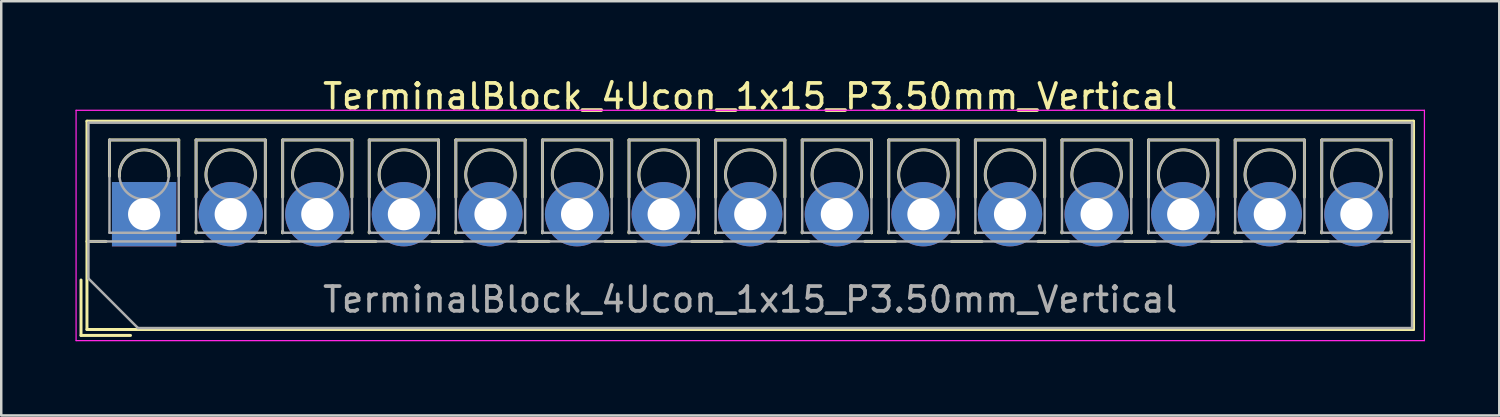
<source format=kicad_pcb>
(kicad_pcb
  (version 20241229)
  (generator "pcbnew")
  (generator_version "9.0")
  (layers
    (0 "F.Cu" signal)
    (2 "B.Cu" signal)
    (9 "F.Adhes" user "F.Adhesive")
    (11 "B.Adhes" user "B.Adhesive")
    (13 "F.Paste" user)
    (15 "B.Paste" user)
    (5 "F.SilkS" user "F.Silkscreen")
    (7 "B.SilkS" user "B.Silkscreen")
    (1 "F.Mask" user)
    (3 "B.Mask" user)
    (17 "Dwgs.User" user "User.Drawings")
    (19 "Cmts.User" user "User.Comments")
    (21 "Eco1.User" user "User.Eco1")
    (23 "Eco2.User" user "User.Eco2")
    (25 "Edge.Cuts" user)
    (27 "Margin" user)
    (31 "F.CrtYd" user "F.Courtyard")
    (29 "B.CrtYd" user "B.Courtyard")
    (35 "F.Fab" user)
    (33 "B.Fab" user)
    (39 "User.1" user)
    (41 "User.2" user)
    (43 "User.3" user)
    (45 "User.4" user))
  (footprint "TerminalBlock_4Ucon_1x15_P3.50mm_Vertical"
    (layer "F.Cu")
    (at 2.775 5.608)
    (property "Reference" "TerminalBlock_4Ucon_1x15_P3.50mm_Vertical" (at 24.5 -4.76 0) (layer "F.SilkS") (effects (font (size 1 1) (thickness 0.15))))
    (attr through_hole)
    (fp_line (start -2.55 2.66) (end -2.55 4.9) (stroke (width 0.12) (type solid)) (layer "F.SilkS"))
    (fp_line (start -2.55 4.9) (end -0.55 4.9) (stroke (width 0.12) (type solid)) (layer "F.SilkS"))
    (fp_line (start -2.31 -3.76) (end -2.31 4.66) (stroke (width 0.12) (type solid)) (layer "F.SilkS"))
    (fp_line (start -2.31 -3.76) (end 51.31 -3.76) (stroke (width 0.12) (type solid)) (layer "F.SilkS"))
    (fp_line (start -2.31 1.101) (end -1.54 1.101) (stroke (width 0.12) (type solid)) (layer "F.SilkS"))
    (fp_line (start -2.31 4.66) (end 51.31 4.66) (stroke (width 0.12) (type solid)) (layer "F.SilkS"))
    (fp_line (start -1.4 -3) (end -1.4 -1.54) (stroke (width 0.12) (type solid)) (layer "F.SilkS"))
    (fp_line (start -1.4 -3) (end 1.4 -3) (stroke (width 0.12) (type solid)) (layer "F.SilkS"))
    (fp_line (start 1.4 -3) (end 1.4 -1.54) (stroke (width 0.12) (type solid)) (layer "F.SilkS"))
    (fp_line (start 1.54 1.101) (end 2.367 1.101) (stroke (width 0.12) (type solid)) (layer "F.SilkS"))
    (fp_line (start 2.1 -3) (end 2.1 -0.689) (stroke (width 0.12) (type solid)) (layer "F.SilkS"))
    (fp_line (start 2.1 -3) (end 4.9 -3) (stroke (width 0.12) (type solid)) (layer "F.SilkS"))
    (fp_line (start 2.1 0.689) (end 2.1 0.75) (stroke (width 0.12) (type solid)) (layer "F.SilkS"))
    (fp_line (start 2.1 0.75) (end 2.101 0.75) (stroke (width 0.12) (type solid)) (layer "F.SilkS"))
    (fp_line (start 4.634 1.101) (end 5.867 1.101) (stroke (width 0.12) (type solid)) (layer "F.SilkS"))
    (fp_line (start 4.9 -3) (end 4.9 -0.689) (stroke (width 0.12) (type solid)) (layer "F.SilkS"))
    (fp_line (start 4.9 0.689) (end 4.9 0.75) (stroke (width 0.12) (type solid)) (layer "F.SilkS"))
    (fp_line (start 4.9 0.75) (end 4.9 0.75) (stroke (width 0.12) (type solid)) (layer "F.SilkS"))
    (fp_line (start 5.6 -3) (end 5.6 -0.689) (stroke (width 0.12) (type solid)) (layer "F.SilkS"))
    (fp_line (start 5.6 -3) (end 8.4 -3) (stroke (width 0.12) (type solid)) (layer "F.SilkS"))
    (fp_line (start 5.6 0.689) (end 5.6 0.75) (stroke (width 0.12) (type solid)) (layer "F.SilkS"))
    (fp_line (start 5.6 0.75) (end 5.601 0.75) (stroke (width 0.12) (type solid)) (layer "F.SilkS"))
    (fp_line (start 8.134 1.101) (end 9.367 1.101) (stroke (width 0.12) (type solid)) (layer "F.SilkS"))
    (fp_line (start 8.4 -3) (end 8.4 -0.689) (stroke (width 0.12) (type solid)) (layer "F.SilkS"))
    (fp_line (start 8.4 0.689) (end 8.4 0.75) (stroke (width 0.12) (type solid)) (layer "F.SilkS"))
    (fp_line (start 8.4 0.75) (end 8.4 0.75) (stroke (width 0.12) (type solid)) (layer "F.SilkS"))
    (fp_line (start 9.1 -3) (end 9.1 -0.689) (stroke (width 0.12) (type solid)) (layer "F.SilkS"))
    (fp_line (start 9.1 -3) (end 11.9 -3) (stroke (width 0.12) (type solid)) (layer "F.SilkS"))
    (fp_line (start 9.1 0.689) (end 9.1 0.75) (stroke (width 0.12) (type solid)) (layer "F.SilkS"))
    (fp_line (start 9.1 0.75) (end 9.101 0.75) (stroke (width 0.12) (type solid)) (layer "F.SilkS"))
    (fp_line (start 11.634 1.101) (end 12.867 1.101) (stroke (width 0.12) (type solid)) (layer "F.SilkS"))
    (fp_line (start 11.9 -3) (end 11.9 -0.689) (stroke (width 0.12) (type solid)) (layer "F.SilkS"))
    (fp_line (start 11.9 0.689) (end 11.9 0.75) (stroke (width 0.12) (type solid)) (layer "F.SilkS"))
    (fp_line (start 11.9 0.75) (end 11.9 0.75) (stroke (width 0.12) (type solid)) (layer "F.SilkS"))
    (fp_line (start 12.6 -3) (end 12.6 -0.689) (stroke (width 0.12) (type solid)) (layer "F.SilkS"))
    (fp_line (start 12.6 -3) (end 15.4 -3) (stroke (width 0.12) (type solid)) (layer "F.SilkS"))
    (fp_line (start 12.6 0.689) (end 12.6 0.75) (stroke (width 0.12) (type solid)) (layer "F.SilkS"))
    (fp_line (start 12.6 0.75) (end 12.601 0.75) (stroke (width 0.12) (type solid)) (layer "F.SilkS"))
    (fp_line (start 15.134 1.101) (end 16.367 1.101) (stroke (width 0.12) (type solid)) (layer "F.SilkS"))
    (fp_line (start 15.4 -3) (end 15.4 -0.689) (stroke (width 0.12) (type solid)) (layer "F.SilkS"))
    (fp_line (start 15.4 0.689) (end 15.4 0.75) (stroke (width 0.12) (type solid)) (layer "F.SilkS"))
    (fp_line (start 15.4 0.75) (end 15.4 0.75) (stroke (width 0.12) (type solid)) (layer "F.SilkS"))
    (fp_line (start 16.101 -3) (end 16.101 -0.689) (stroke (width 0.12) (type solid)) (layer "F.SilkS"))
    (fp_line (start 16.101 -3) (end 18.9 -3) (stroke (width 0.12) (type solid)) (layer "F.SilkS"))
    (fp_line (start 16.101 0.689) (end 16.101 0.75) (stroke (width 0.12) (type solid)) (layer "F.SilkS"))
    (fp_line (start 16.101 0.75) (end 16.101 0.75) (stroke (width 0.12) (type solid)) (layer "F.SilkS"))
    (fp_line (start 18.634 1.101) (end 19.867 1.101) (stroke (width 0.12) (type solid)) (layer "F.SilkS"))
    (fp_line (start 18.9 -3) (end 18.9 -0.689) (stroke (width 0.12) (type solid)) (layer "F.SilkS"))
    (fp_line (start 18.9 0.689) (end 18.9 0.75) (stroke (width 0.12) (type solid)) (layer "F.SilkS"))
    (fp_line (start 18.9 0.75) (end 18.9 0.75) (stroke (width 0.12) (type solid)) (layer "F.SilkS"))
    (fp_line (start 19.6 -3) (end 19.6 -0.689) (stroke (width 0.12) (type solid)) (layer "F.SilkS"))
    (fp_line (start 19.6 -3) (end 22.4 -3) (stroke (width 0.12) (type solid)) (layer "F.SilkS"))
    (fp_line (start 19.6 0.689) (end 19.6 0.75) (stroke (width 0.12) (type solid)) (layer "F.SilkS"))
    (fp_line (start 19.6 0.75) (end 19.601 0.75) (stroke (width 0.12) (type solid)) (layer "F.SilkS"))
    (fp_line (start 22.134 1.101) (end 23.367 1.101) (stroke (width 0.12) (type solid)) (layer "F.SilkS"))
    (fp_line (start 22.4 -3) (end 22.4 -0.689) (stroke (width 0.12) (type solid)) (layer "F.SilkS"))
    (fp_line (start 22.4 0.689) (end 22.4 0.75) (stroke (width 0.12) (type solid)) (layer "F.SilkS"))
    (fp_line (start 22.4 0.75) (end 22.4 0.75) (stroke (width 0.12) (type solid)) (layer "F.SilkS"))
    (fp_line (start 23.1 -3) (end 23.1 -0.689) (stroke (width 0.12) (type solid)) (layer "F.SilkS"))
    (fp_line (start 23.1 -3) (end 25.9 -3) (stroke (width 0.12) (type solid)) (layer "F.SilkS"))
    (fp_line (start 23.1 0.689) (end 23.1 0.75) (stroke (width 0.12) (type solid)) (layer "F.SilkS"))
    (fp_line (start 23.1 0.75) (end 23.101 0.75) (stroke (width 0.12) (type solid)) (layer "F.SilkS"))
    (fp_line (start 25.634 1.101) (end 26.867 1.101) (stroke (width 0.12) (type solid)) (layer "F.SilkS"))
    (fp_line (start 25.9 -3) (end 25.9 -0.689) (stroke (width 0.12) (type solid)) (layer "F.SilkS"))
    (fp_line (start 25.9 0.689) (end 25.9 0.75) (stroke (width 0.12) (type solid)) (layer "F.SilkS"))
    (fp_line (start 25.9 0.75) (end 25.9 0.75) (stroke (width 0.12) (type solid)) (layer "F.SilkS"))
    (fp_line (start 26.6 -3) (end 26.6 -0.689) (stroke (width 0.12) (type solid)) (layer "F.SilkS"))
    (fp_line (start 26.6 -3) (end 29.4 -3) (stroke (width 0.12) (type solid)) (layer "F.SilkS"))
    (fp_line (start 26.6 0.689) (end 26.6 0.75) (stroke (width 0.12) (type solid)) (layer "F.SilkS"))
    (fp_line (start 26.6 0.75) (end 26.601 0.75) (stroke (width 0.12) (type solid)) (layer "F.SilkS"))
    (fp_line (start 29.134 1.101) (end 30.367 1.101) (stroke (width 0.12) (type solid)) (layer "F.SilkS"))
    (fp_line (start 29.4 -3) (end 29.4 -0.689) (stroke (width 0.12) (type solid)) (layer "F.SilkS"))
    (fp_line (start 29.4 0.689) (end 29.4 0.75) (stroke (width 0.12) (type solid)) (layer "F.SilkS"))
    (fp_line (start 29.4 0.75) (end 29.4 0.75) (stroke (width 0.12) (type solid)) (layer "F.SilkS"))
    (fp_line (start 30.1 -3) (end 30.1 -0.689) (stroke (width 0.12) (type solid)) (layer "F.SilkS"))
    (fp_line (start 30.1 -3) (end 32.9 -3) (stroke (width 0.12) (type solid)) (layer "F.SilkS"))
    (fp_line (start 30.1 0.689) (end 30.1 0.75) (stroke (width 0.12) (type solid)) (layer "F.SilkS"))
    (fp_line (start 30.1 0.75) (end 30.101 0.75) (stroke (width 0.12) (type solid)) (layer "F.SilkS"))
    (fp_line (start 32.634 1.101) (end 33.867 1.101) (stroke (width 0.12) (type solid)) (layer "F.SilkS"))
    (fp_line (start 32.9 -3) (end 32.9 -0.689) (stroke (width 0.12) (type solid)) (layer "F.SilkS"))
    (fp_line (start 32.9 0.689) (end 32.9 0.75) (stroke (width 0.12) (type solid)) (layer "F.SilkS"))
    (fp_line (start 32.9 0.75) (end 32.9 0.75) (stroke (width 0.12) (type solid)) (layer "F.SilkS"))
    (fp_line (start 33.6 -3) (end 33.6 -0.689) (stroke (width 0.12) (type solid)) (layer "F.SilkS"))
    (fp_line (start 33.6 -3) (end 36.4 -3) (stroke (width 0.12) (type solid)) (layer "F.SilkS"))
    (fp_line (start 33.6 0.689) (end 33.6 0.75) (stroke (width 0.12) (type solid)) (layer "F.SilkS"))
    (fp_line (start 33.6 0.75) (end 33.601 0.75) (stroke (width 0.12) (type solid)) (layer "F.SilkS"))
    (fp_line (start 36.134 1.101) (end 37.367 1.101) (stroke (width 0.12) (type solid)) (layer "F.SilkS"))
    (fp_line (start 36.4 -3) (end 36.4 -0.689) (stroke (width 0.12) (type solid)) (layer "F.SilkS"))
    (fp_line (start 36.4 0.689) (end 36.4 0.75) (stroke (width 0.12) (type solid)) (layer "F.SilkS"))
    (fp_line (start 36.4 0.75) (end 36.4 0.75) (stroke (width 0.12) (type solid)) (layer "F.SilkS"))
    (fp_line (start 37.1 -3) (end 37.1 -0.689) (stroke (width 0.12) (type solid)) (layer "F.SilkS"))
    (fp_line (start 37.1 -3) (end 39.9 -3) (stroke (width 0.12) (type solid)) (layer "F.SilkS"))
    (fp_line (start 37.1 0.689) (end 37.1 0.75) (stroke (width 0.12) (type solid)) (layer "F.SilkS"))
    (fp_line (start 37.1 0.75) (end 37.101 0.75) (stroke (width 0.12) (type solid)) (layer "F.SilkS"))
    (fp_line (start 39.634 1.101) (end 40.867 1.101) (stroke (width 0.12) (type solid)) (layer "F.SilkS"))
    (fp_line (start 39.9 -3) (end 39.9 -0.689) (stroke (width 0.12) (type solid)) (layer "F.SilkS"))
    (fp_line (start 39.9 0.689) (end 39.9 0.75) (stroke (width 0.12) (type solid)) (layer "F.SilkS"))
    (fp_line (start 39.9 0.75) (end 39.9 0.75) (stroke (width 0.12) (type solid)) (layer "F.SilkS"))
    (fp_line (start 40.6 -3) (end 40.6 -0.689) (stroke (width 0.12) (type solid)) (layer "F.SilkS"))
    (fp_line (start 40.6 -3) (end 43.4 -3) (stroke (width 0.12) (type solid)) (layer "F.SilkS"))
    (fp_line (start 40.6 0.689) (end 40.6 0.75) (stroke (width 0.12) (type solid)) (layer "F.SilkS"))
    (fp_line (start 40.6 0.75) (end 40.601 0.75) (stroke (width 0.12) (type solid)) (layer "F.SilkS"))
    (fp_line (start 43.134 1.101) (end 44.367 1.101) (stroke (width 0.12) (type solid)) (layer "F.SilkS"))
    (fp_line (start 43.4 -3) (end 43.4 -0.689) (stroke (width 0.12) (type solid)) (layer "F.SilkS"))
    (fp_line (start 43.4 0.689) (end 43.4 0.75) (stroke (width 0.12) (type solid)) (layer "F.SilkS"))
    (fp_line (start 43.4 0.75) (end 43.4 0.75) (stroke (width 0.12) (type solid)) (layer "F.SilkS"))
    (fp_line (start 44.1 -3) (end 44.1 -0.689) (stroke (width 0.12) (type solid)) (layer "F.SilkS"))
    (fp_line (start 44.1 -3) (end 46.9 -3) (stroke (width 0.12) (type solid)) (layer "F.SilkS"))
    (fp_line (start 44.1 0.689) (end 44.1 0.75) (stroke (width 0.12) (type solid)) (layer "F.SilkS"))
    (fp_line (start 44.1 0.75) (end 44.101 0.75) (stroke (width 0.12) (type solid)) (layer "F.SilkS"))
    (fp_line (start 46.634 1.101) (end 47.867 1.101) (stroke (width 0.12) (type solid)) (layer "F.SilkS"))
    (fp_line (start 46.9 -3) (end 46.9 -0.689) (stroke (width 0.12) (type solid)) (layer "F.SilkS"))
    (fp_line (start 46.9 0.689) (end 46.9 0.75) (stroke (width 0.12) (type solid)) (layer "F.SilkS"))
    (fp_line (start 46.9 0.75) (end 46.9 0.75) (stroke (width 0.12) (type solid)) (layer "F.SilkS"))
    (fp_line (start 47.6 -3) (end 47.6 -0.689) (stroke (width 0.12) (type solid)) (layer "F.SilkS"))
    (fp_line (start 47.6 -3) (end 50.4 -3) (stroke (width 0.12) (type solid)) (layer "F.SilkS"))
    (fp_line (start 47.6 0.689) (end 47.6 0.75) (stroke (width 0.12) (type solid)) (layer "F.SilkS"))
    (fp_line (start 47.6 0.75) (end 47.601 0.75) (stroke (width 0.12) (type solid)) (layer "F.SilkS"))
    (fp_line (start 50.134 1.101) (end 51.31 1.101) (stroke (width 0.12) (type solid)) (layer "F.SilkS"))
    (fp_line (start 50.4 -3) (end 50.4 -0.689) (stroke (width 0.12) (type solid)) (layer "F.SilkS"))
    (fp_line (start 50.4 0.689) (end 50.4 0.75) (stroke (width 0.12) (type solid)) (layer "F.SilkS"))
    (fp_line (start 50.4 0.75) (end 50.4 0.75) (stroke (width 0.12) (type solid)) (layer "F.SilkS"))
    (fp_line (start 51.31 -3.76) (end 51.31 4.66) (stroke (width 0.12) (type solid)) (layer "F.SilkS"))
    (fp_arc (start -0.99789 -1.529434) (mid -0.000785 -2.600382) (end 0.998 -1.531) (stroke (width 0.12) (type solid)) (layer "F.SilkS"))
    (fp_arc (start 2.560085 -1.257767) (mid 3.499876 -2.600282) (end 4.44 -1.258) (stroke (width 0.12) (type solid)) (layer "F.SilkS"))
    (fp_arc (start 6.060085 -1.257767) (mid 6.999876 -2.600282) (end 7.94 -1.258) (stroke (width 0.12) (type solid)) (layer "F.SilkS"))
    (fp_arc (start 9.560085 -1.257767) (mid 10.499876 -2.600282) (end 11.44 -1.258) (stroke (width 0.12) (type solid)) (layer "F.SilkS"))
    (fp_arc (start 13.060085 -1.257767) (mid 13.999876 -2.600282) (end 14.94 -1.258) (stroke (width 0.12) (type solid)) (layer "F.SilkS"))
    (fp_arc (start 16.560085 -1.257767) (mid 17.499876 -2.600282) (end 18.44 -1.258) (stroke (width 0.12) (type solid)) (layer "F.SilkS"))
    (fp_arc (start 20.060085 -1.257767) (mid 20.999876 -2.600282) (end 21.94 -1.258) (stroke (width 0.12) (type solid)) (layer "F.SilkS"))
    (fp_arc (start 23.560085 -1.257767) (mid 24.499876 -2.600282) (end 25.44 -1.258) (stroke (width 0.12) (type solid)) (layer "F.SilkS"))
    (fp_arc (start 27.060085 -1.257767) (mid 27.999876 -2.600282) (end 28.94 -1.258) (stroke (width 0.12) (type solid)) (layer "F.SilkS"))
    (fp_arc (start 30.560085 -1.257767) (mid 31.499876 -2.600282) (end 32.44 -1.258) (stroke (width 0.12) (type solid)) (layer "F.SilkS"))
    (fp_arc (start 34.060085 -1.257767) (mid 34.999876 -2.600282) (end 35.94 -1.258) (stroke (width 0.12) (type solid)) (layer "F.SilkS"))
    (fp_arc (start 37.560085 -1.257767) (mid 38.499876 -2.600282) (end 39.44 -1.258) (stroke (width 0.12) (type solid)) (layer "F.SilkS"))
    (fp_arc (start 41.060085 -1.257767) (mid 41.999876 -2.600282) (end 42.94 -1.258) (stroke (width 0.12) (type solid)) (layer "F.SilkS"))
    (fp_arc (start 44.560085 -1.257767) (mid 45.499876 -2.600282) (end 46.44 -1.258) (stroke (width 0.12) (type solid)) (layer "F.SilkS"))
    (fp_arc (start 48.060085 -1.257767) (mid 48.999876 -2.600282) (end 49.94 -1.258) (stroke (width 0.12) (type solid)) (layer "F.SilkS"))
    (fp_line (start -2.75 -4.2) (end -2.75 5.11) (stroke (width 0.05) (type solid)) (layer "F.CrtYd"))
    (fp_line (start -2.75 5.11) (end 51.75 5.11) (stroke (width 0.05) (type solid)) (layer "F.CrtYd"))
    (fp_line (start 51.75 -4.2) (end -2.75 -4.2) (stroke (width 0.05) (type solid)) (layer "F.CrtYd"))
    (fp_line (start 51.75 5.11) (end 51.75 -4.2) (stroke (width 0.05) (type solid)) (layer "F.CrtYd"))
    (fp_line (start -2.25 -3.7) (end 51.25 -3.7) (stroke (width 0.1) (type solid)) (layer "F.Fab"))
    (fp_line (start -2.25 1.1) (end 51.25 1.1) (stroke (width 0.1) (type solid)) (layer "F.Fab"))
    (fp_line (start -2.25 2.6) (end -2.25 -3.7) (stroke (width 0.1) (type solid)) (layer "F.Fab"))
    (fp_line (start -1.4 -3) (end -1.4 0.75) (stroke (width 0.1) (type solid)) (layer "F.Fab"))
    (fp_line (start -1.4 0.75) (end 1.4 0.75) (stroke (width 0.1) (type solid)) (layer "F.Fab"))
    (fp_line (start -0.25 4.6) (end -2.25 2.6) (stroke (width 0.1) (type solid)) (layer "F.Fab"))
    (fp_line (start 1.4 -3) (end -1.4 -3) (stroke (width 0.1) (type solid)) (layer "F.Fab"))
    (fp_line (start 1.4 0.75) (end 1.4 -3) (stroke (width 0.1) (type solid)) (layer "F.Fab"))
    (fp_line (start 2.1 -3) (end 2.1 0.75) (stroke (width 0.1) (type solid)) (layer "F.Fab"))
    (fp_line (start 2.1 0.75) (end 4.9 0.75) (stroke (width 0.1) (type solid)) (layer "F.Fab"))
    (fp_line (start 4.9 -3) (end 2.1 -3) (stroke (width 0.1) (type solid)) (layer "F.Fab"))
    (fp_line (start 4.9 0.75) (end 4.9 -3) (stroke (width 0.1) (type solid)) (layer "F.Fab"))
    (fp_line (start 5.6 -3) (end 5.6 0.75) (stroke (width 0.1) (type solid)) (layer "F.Fab"))
    (fp_line (start 5.6 0.75) (end 8.4 0.75) (stroke (width 0.1) (type solid)) (layer "F.Fab"))
    (fp_line (start 8.4 -3) (end 5.6 -3) (stroke (width 0.1) (type solid)) (layer "F.Fab"))
    (fp_line (start 8.4 0.75) (end 8.4 -3) (stroke (width 0.1) (type solid)) (layer "F.Fab"))
    (fp_line (start 9.1 -3) (end 9.1 0.75) (stroke (width 0.1) (type solid)) (layer "F.Fab"))
    (fp_line (start 9.1 0.75) (end 11.9 0.75) (stroke (width 0.1) (type solid)) (layer "F.Fab"))
    (fp_line (start 11.9 -3) (end 9.1 -3) (stroke (width 0.1) (type solid)) (layer "F.Fab"))
    (fp_line (start 11.9 0.75) (end 11.9 -3) (stroke (width 0.1) (type solid)) (layer "F.Fab"))
    (fp_line (start 12.6 -3) (end 12.6 0.75) (stroke (width 0.1) (type solid)) (layer "F.Fab"))
    (fp_line (start 12.6 0.75) (end 15.4 0.75) (stroke (width 0.1) (type solid)) (layer "F.Fab"))
    (fp_line (start 15.4 -3) (end 12.6 -3) (stroke (width 0.1) (type solid)) (layer "F.Fab"))
    (fp_line (start 15.4 0.75) (end 15.4 -3) (stroke (width 0.1) (type solid)) (layer "F.Fab"))
    (fp_line (start 16.101 -3) (end 16.101 0.75) (stroke (width 0.1) (type solid)) (layer "F.Fab"))
    (fp_line (start 16.101 0.75) (end 18.9 0.75) (stroke (width 0.1) (type solid)) (layer "F.Fab"))
    (fp_line (start 18.9 -3) (end 16.101 -3) (stroke (width 0.1) (type solid)) (layer "F.Fab"))
    (fp_line (start 18.9 0.75) (end 18.9 -3) (stroke (width 0.1) (type solid)) (layer "F.Fab"))
    (fp_line (start 19.6 -3) (end 19.6 0.75) (stroke (width 0.1) (type solid)) (layer "F.Fab"))
    (fp_line (start 19.6 0.75) (end 22.4 0.75) (stroke (width 0.1) (type solid)) (layer "F.Fab"))
    (fp_line (start 22.4 -3) (end 19.6 -3) (stroke (width 0.1) (type solid)) (layer "F.Fab"))
    (fp_line (start 22.4 0.75) (end 22.4 -3) (stroke (width 0.1) (type solid)) (layer "F.Fab"))
    (fp_line (start 23.1 -3) (end 23.1 0.75) (stroke (width 0.1) (type solid)) (layer "F.Fab"))
    (fp_line (start 23.1 0.75) (end 25.9 0.75) (stroke (width 0.1) (type solid)) (layer "F.Fab"))
    (fp_line (start 25.9 -3) (end 23.1 -3) (stroke (width 0.1) (type solid)) (layer "F.Fab"))
    (fp_line (start 25.9 0.75) (end 25.9 -3) (stroke (width 0.1) (type solid)) (layer "F.Fab"))
    (fp_line (start 26.6 -3) (end 26.6 0.75) (stroke (width 0.1) (type solid)) (layer "F.Fab"))
    (fp_line (start 26.6 0.75) (end 29.4 0.75) (stroke (width 0.1) (type solid)) (layer "F.Fab"))
    (fp_line (start 29.4 -3) (end 26.6 -3) (stroke (width 0.1) (type solid)) (layer "F.Fab"))
    (fp_line (start 29.4 0.75) (end 29.4 -3) (stroke (width 0.1) (type solid)) (layer "F.Fab"))
    (fp_line (start 30.1 -3) (end 30.1 0.75) (stroke (width 0.1) (type solid)) (layer "F.Fab"))
    (fp_line (start 30.1 0.75) (end 32.9 0.75) (stroke (width 0.1) (type solid)) (layer "F.Fab"))
    (fp_line (start 32.9 -3) (end 30.1 -3) (stroke (width 0.1) (type solid)) (layer "F.Fab"))
    (fp_line (start 32.9 0.75) (end 32.9 -3) (stroke (width 0.1) (type solid)) (layer "F.Fab"))
    (fp_line (start 33.6 -3) (end 33.6 0.75) (stroke (width 0.1) (type solid)) (layer "F.Fab"))
    (fp_line (start 33.6 0.75) (end 36.4 0.75) (stroke (width 0.1) (type solid)) (layer "F.Fab"))
    (fp_line (start 36.4 -3) (end 33.6 -3) (stroke (width 0.1) (type solid)) (layer "F.Fab"))
    (fp_line (start 36.4 0.75) (end 36.4 -3) (stroke (width 0.1) (type solid)) (layer "F.Fab"))
    (fp_line (start 37.1 -3) (end 37.1 0.75) (stroke (width 0.1) (type solid)) (layer "F.Fab"))
    (fp_line (start 37.1 0.75) (end 39.9 0.75) (stroke (width 0.1) (type solid)) (layer "F.Fab"))
    (fp_line (start 39.9 -3) (end 37.1 -3) (stroke (width 0.1) (type solid)) (layer "F.Fab"))
    (fp_line (start 39.9 0.75) (end 39.9 -3) (stroke (width 0.1) (type solid)) (layer "F.Fab"))
    (fp_line (start 40.6 -3) (end 40.6 0.75) (stroke (width 0.1) (type solid)) (layer "F.Fab"))
    (fp_line (start 40.6 0.75) (end 43.4 0.75) (stroke (width 0.1) (type solid)) (layer "F.Fab"))
    (fp_line (start 43.4 -3) (end 40.6 -3) (stroke (width 0.1) (type solid)) (layer "F.Fab"))
    (fp_line (start 43.4 0.75) (end 43.4 -3) (stroke (width 0.1) (type solid)) (layer "F.Fab"))
    (fp_line (start 44.1 -3) (end 44.1 0.75) (stroke (width 0.1) (type solid)) (layer "F.Fab"))
    (fp_line (start 44.1 0.75) (end 46.9 0.75) (stroke (width 0.1) (type solid)) (layer "F.Fab"))
    (fp_line (start 46.9 -3) (end 44.1 -3) (stroke (width 0.1) (type solid)) (layer "F.Fab"))
    (fp_line (start 46.9 0.75) (end 46.9 -3) (stroke (width 0.1) (type solid)) (layer "F.Fab"))
    (fp_line (start 47.6 -3) (end 47.6 0.75) (stroke (width 0.1) (type solid)) (layer "F.Fab"))
    (fp_line (start 47.6 0.75) (end 50.4 0.75) (stroke (width 0.1) (type solid)) (layer "F.Fab"))
    (fp_line (start 50.4 -3) (end 47.6 -3) (stroke (width 0.1) (type solid)) (layer "F.Fab"))
    (fp_line (start 50.4 0.75) (end 50.4 -3) (stroke (width 0.1) (type solid)) (layer "F.Fab"))
    (fp_line (start 51.25 -3.7) (end 51.25 4.6) (stroke (width 0.1) (type solid)) (layer "F.Fab"))
    (fp_line (start 51.25 4.6) (end -0.25 4.6) (stroke (width 0.1) (type solid)) (layer "F.Fab"))
    (fp_circle (center 0 -1.6) (end 1 -1.6) (stroke (width 0.1) (type solid)) (fill no) (layer "F.Fab"))
    (fp_circle (center 3.5 -1.6) (end 4.5 -1.6) (stroke (width 0.1) (type solid)) (fill no) (layer "F.Fab"))
    (fp_circle (center 7 -1.6) (end 8 -1.6) (stroke (width 0.1) (type solid)) (fill no) (layer "F.Fab"))
    (fp_circle (center 10.5 -1.6) (end 11.5 -1.6) (stroke (width 0.1) (type solid)) (fill no) (layer "F.Fab"))
    (fp_circle (center 14 -1.6) (end 15 -1.6) (stroke (width 0.1) (type solid)) (fill no) (layer "F.Fab"))
    (fp_circle (center 17.5 -1.6) (end 18.5 -1.6) (stroke (width 0.1) (type solid)) (fill no) (layer "F.Fab"))
    (fp_circle (center 21 -1.6) (end 22 -1.6) (stroke (width 0.1) (type solid)) (fill no) (layer "F.Fab"))
    (fp_circle (center 24.5 -1.6) (end 25.5 -1.6) (stroke (width 0.1) (type solid)) (fill no) (layer "F.Fab"))
    (fp_circle (center 28 -1.6) (end 29 -1.6) (stroke (width 0.1) (type solid)) (fill no) (layer "F.Fab"))
    (fp_circle (center 31.5 -1.6) (end 32.5 -1.6) (stroke (width 0.1) (type solid)) (fill no) (layer "F.Fab"))
    (fp_circle (center 35 -1.6) (end 36 -1.6) (stroke (width 0.1) (type solid)) (fill no) (layer "F.Fab"))
    (fp_circle (center 38.5 -1.6) (end 39.5 -1.6) (stroke (width 0.1) (type solid)) (fill no) (layer "F.Fab"))
    (fp_circle (center 42 -1.6) (end 43 -1.6) (stroke (width 0.1) (type solid)) (fill no) (layer "F.Fab"))
    (fp_circle (center 45.5 -1.6) (end 46.5 -1.6) (stroke (width 0.1) (type solid)) (fill no) (layer "F.Fab"))
    (fp_circle (center 49 -1.6) (end 50 -1.6) (stroke (width 0.1) (type solid)) (fill no) (layer "F.Fab"))
    (fp_text user "${REFERENCE}" (at 24.5 3.45 0) (layer "F.Fab") (effects (font (size 1 1) (thickness 0.15))))
    (pad "1" thru_hole rect (at 0 0) (size 2.6 2.6) (drill 1.3) (layers "*.Cu" "*.Mask"))
    (pad "2" thru_hole circle (at 3.5 0) (size 2.6 2.6) (drill 1.3) (layers "*.Cu" "*.Mask"))
    (pad "3" thru_hole circle (at 7 0) (size 2.6 2.6) (drill 1.3) (layers "*.Cu" "*.Mask"))
    (pad "4" thru_hole circle (at 10.5 0) (size 2.6 2.6) (drill 1.3) (layers "*.Cu" "*.Mask"))
    (pad "5" thru_hole circle (at 14 0) (size 2.6 2.6) (drill 1.3) (layers "*.Cu" "*.Mask"))
    (pad "6" thru_hole circle (at 17.5 0) (size 2.6 2.6) (drill 1.3) (layers "*.Cu" "*.Mask"))
    (pad "7" thru_hole circle (at 21 0) (size 2.6 2.6) (drill 1.3) (layers "*.Cu" "*.Mask"))
    (pad "8" thru_hole circle (at 24.5 0) (size 2.6 2.6) (drill 1.3) (layers "*.Cu" "*.Mask"))
    (pad "9" thru_hole circle (at 28 0) (size 2.6 2.6) (drill 1.3) (layers "*.Cu" "*.Mask"))
    (pad "10" thru_hole circle (at 31.5 0) (size 2.6 2.6) (drill 1.3) (layers "*.Cu" "*.Mask"))
    (pad "11" thru_hole circle (at 35 0) (size 2.6 2.6) (drill 1.3) (layers "*.Cu" "*.Mask"))
    (pad "12" thru_hole circle (at 38.5 0) (size 2.6 2.6) (drill 1.3) (layers "*.Cu" "*.Mask"))
    (pad "13" thru_hole circle (at 42 0) (size 2.6 2.6) (drill 1.3) (layers "*.Cu" "*.Mask"))
    (pad "14" thru_hole circle (at 45.5 0) (size 2.6 2.6) (drill 1.3) (layers "*.Cu" "*.Mask"))
    (pad "15" thru_hole circle (at 49 0) (size 2.6 2.6) (drill 1.3) (layers "*.Cu" "*.Mask")))
  (gr_rect
    (start -3 -3)
    (end 57.55 13.743)
    (stroke (width 0.1) (type default))
    (fill no)
    (layer "Edge.Cuts")))
</source>
